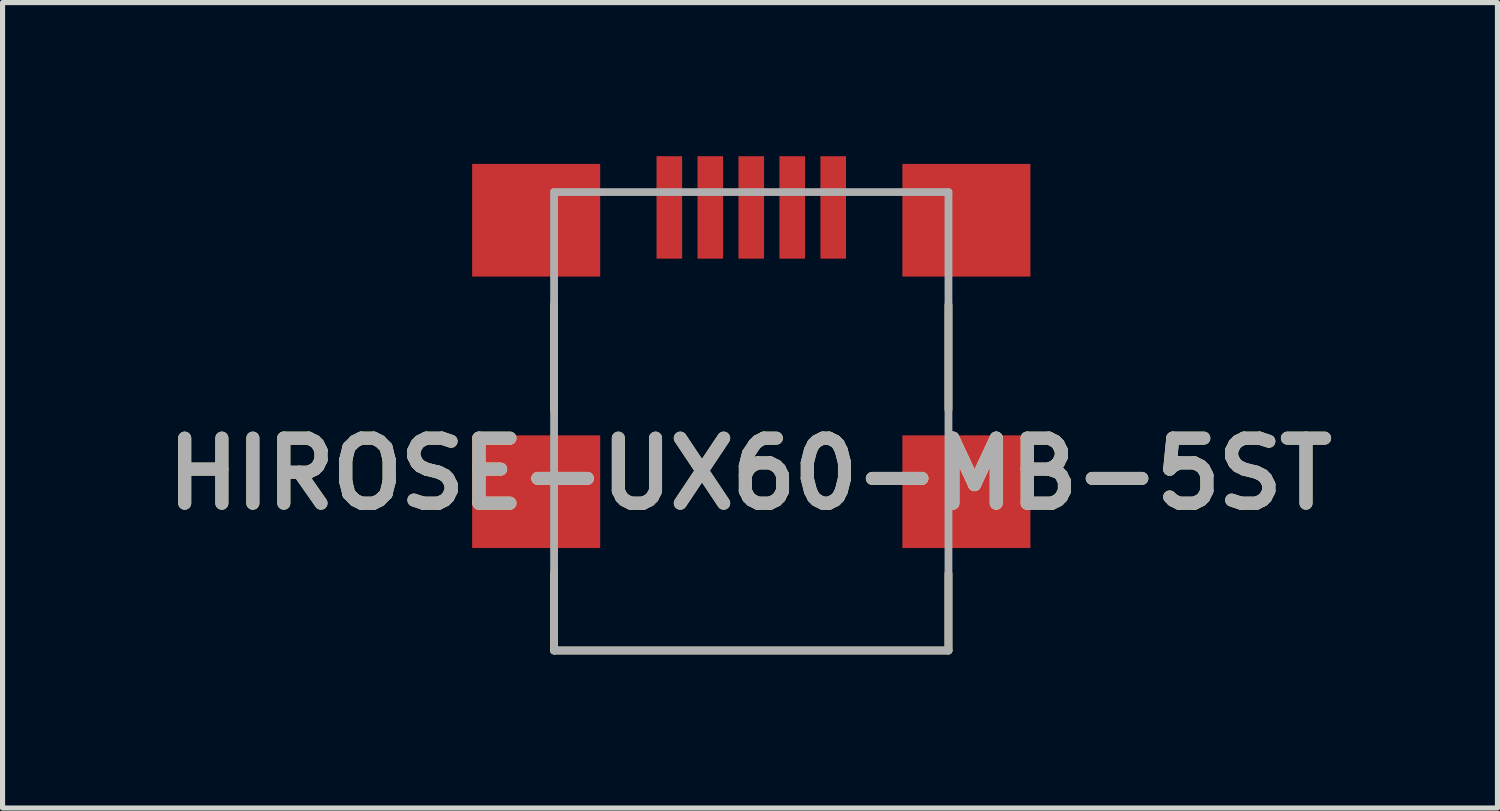
<source format=kicad_pcb>
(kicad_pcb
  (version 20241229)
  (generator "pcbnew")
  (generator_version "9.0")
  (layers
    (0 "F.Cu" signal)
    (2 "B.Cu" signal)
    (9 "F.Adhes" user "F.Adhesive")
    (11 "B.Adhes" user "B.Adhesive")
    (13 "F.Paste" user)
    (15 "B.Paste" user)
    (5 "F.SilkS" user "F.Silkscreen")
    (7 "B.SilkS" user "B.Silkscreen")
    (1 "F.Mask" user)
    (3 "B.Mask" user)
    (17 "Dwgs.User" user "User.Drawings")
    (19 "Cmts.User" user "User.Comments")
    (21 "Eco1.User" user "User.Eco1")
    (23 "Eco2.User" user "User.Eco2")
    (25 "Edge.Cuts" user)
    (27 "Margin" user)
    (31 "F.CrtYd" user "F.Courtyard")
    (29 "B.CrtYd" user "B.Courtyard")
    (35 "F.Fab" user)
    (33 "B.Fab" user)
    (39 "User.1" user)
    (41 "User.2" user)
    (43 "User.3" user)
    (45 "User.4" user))
  (footprint "HIROSE-UX60-MB-5ST"
    (layer "F.Cu")
    (at 11.618 1)
    (property "Reference" "HIROSE-UX60-MB-5ST" (at -0.025 5.2 0) (layer "F.SilkS") (effects (font (size 1.27 1.27) (thickness 0.254))))
    (attr through_hole)
    (fp_line (start -3.85 1.9) (end -3.85 3.95) (stroke (width 0.152) (type solid)) (layer "F.SilkS"))
    (fp_line (start -3.85 7.15) (end -3.85 8.65) (stroke (width 0.152) (type solid)) (layer "F.SilkS"))
    (fp_line (start -3.85 8.65) (end 3.85 8.65) (stroke (width 0.152) (type solid)) (layer "F.SilkS"))
    (fp_line (start 3.85 1.9) (end 3.85 3.95) (stroke (width 0.152) (type solid)) (layer "F.SilkS"))
    (fp_line (start 3.85 8.65) (end 3.85 7.15) (stroke (width 0.152) (type solid)) (layer "F.SilkS"))
    (fp_line (start -3.85 -0.3) (end 3.85 -0.3) (stroke (width 0.152) (type solid)) (layer "F.Fab"))
    (fp_line (start -3.85 8.65) (end -3.85 -0.3) (stroke (width 0.152) (type solid)) (layer "F.Fab"))
    (fp_line (start 3.85 -0.3) (end 3.85 8.65) (stroke (width 0.152) (type solid)) (layer "F.Fab"))
    (fp_line (start 3.85 8.65) (end -3.85 8.65) (stroke (width 0.152) (type solid)) (layer "F.Fab"))
    (fp_text user "${REFERENCE}" (at -0.025 5.2 0) (layer "F.Fab") (effects (font (size 1.27 1.27) (thickness 0.254))))
    (pad "" np_thru_hole circle (at -1.75 2.25) (size 0.001 0.001) (drill 0.9) (layers "*.Cu" "*.Mask"))
    (pad "" np_thru_hole circle (at 1.75 2.25) (size 0.001 0.001) (drill 0.9) (layers "*.Cu" "*.Mask"))
    (pad "1" smd rect (at -1.6 0) (size 0.5 2) (layers "F.Cu" "F.Mask" "F.Paste"))
    (pad "2" smd rect (at -0.8 0) (size 0.5 2) (layers "F.Cu" "F.Mask" "F.Paste"))
    (pad "3" smd rect (at 0 0) (size 0.5 2) (layers "F.Cu" "F.Mask" "F.Paste"))
    (pad "4" smd rect (at 0.8 0) (size 0.5 2) (layers "F.Cu" "F.Mask" "F.Paste"))
    (pad "5" smd rect (at 1.6 0) (size 0.5 2) (layers "F.Cu" "F.Mask" "F.Paste"))
    (pad "6" smd rect (at -4.2 0.25 90) (size 2.2 2.5) (layers "F.Cu" "F.Mask" "F.Paste"))
    (pad "7" smd rect (at 4.2 0.25 90) (size 2.2 2.5) (layers "F.Cu" "F.Mask" "F.Paste"))
    (pad "8" smd rect (at -4.2 5.55 90) (size 2.2 2.5) (layers "F.Cu" "F.Mask" "F.Paste"))
    (pad "9" smd rect (at 4.2 5.55 90) (size 2.2 2.5) (layers "F.Cu" "F.Mask" "F.Paste")))
  (gr_rect
    (start -3 -3)
    (end 26.187 12.726)
    (stroke (width 0.1) (type default))
    (fill no)
    (layer "Edge.Cuts")))
</source>
